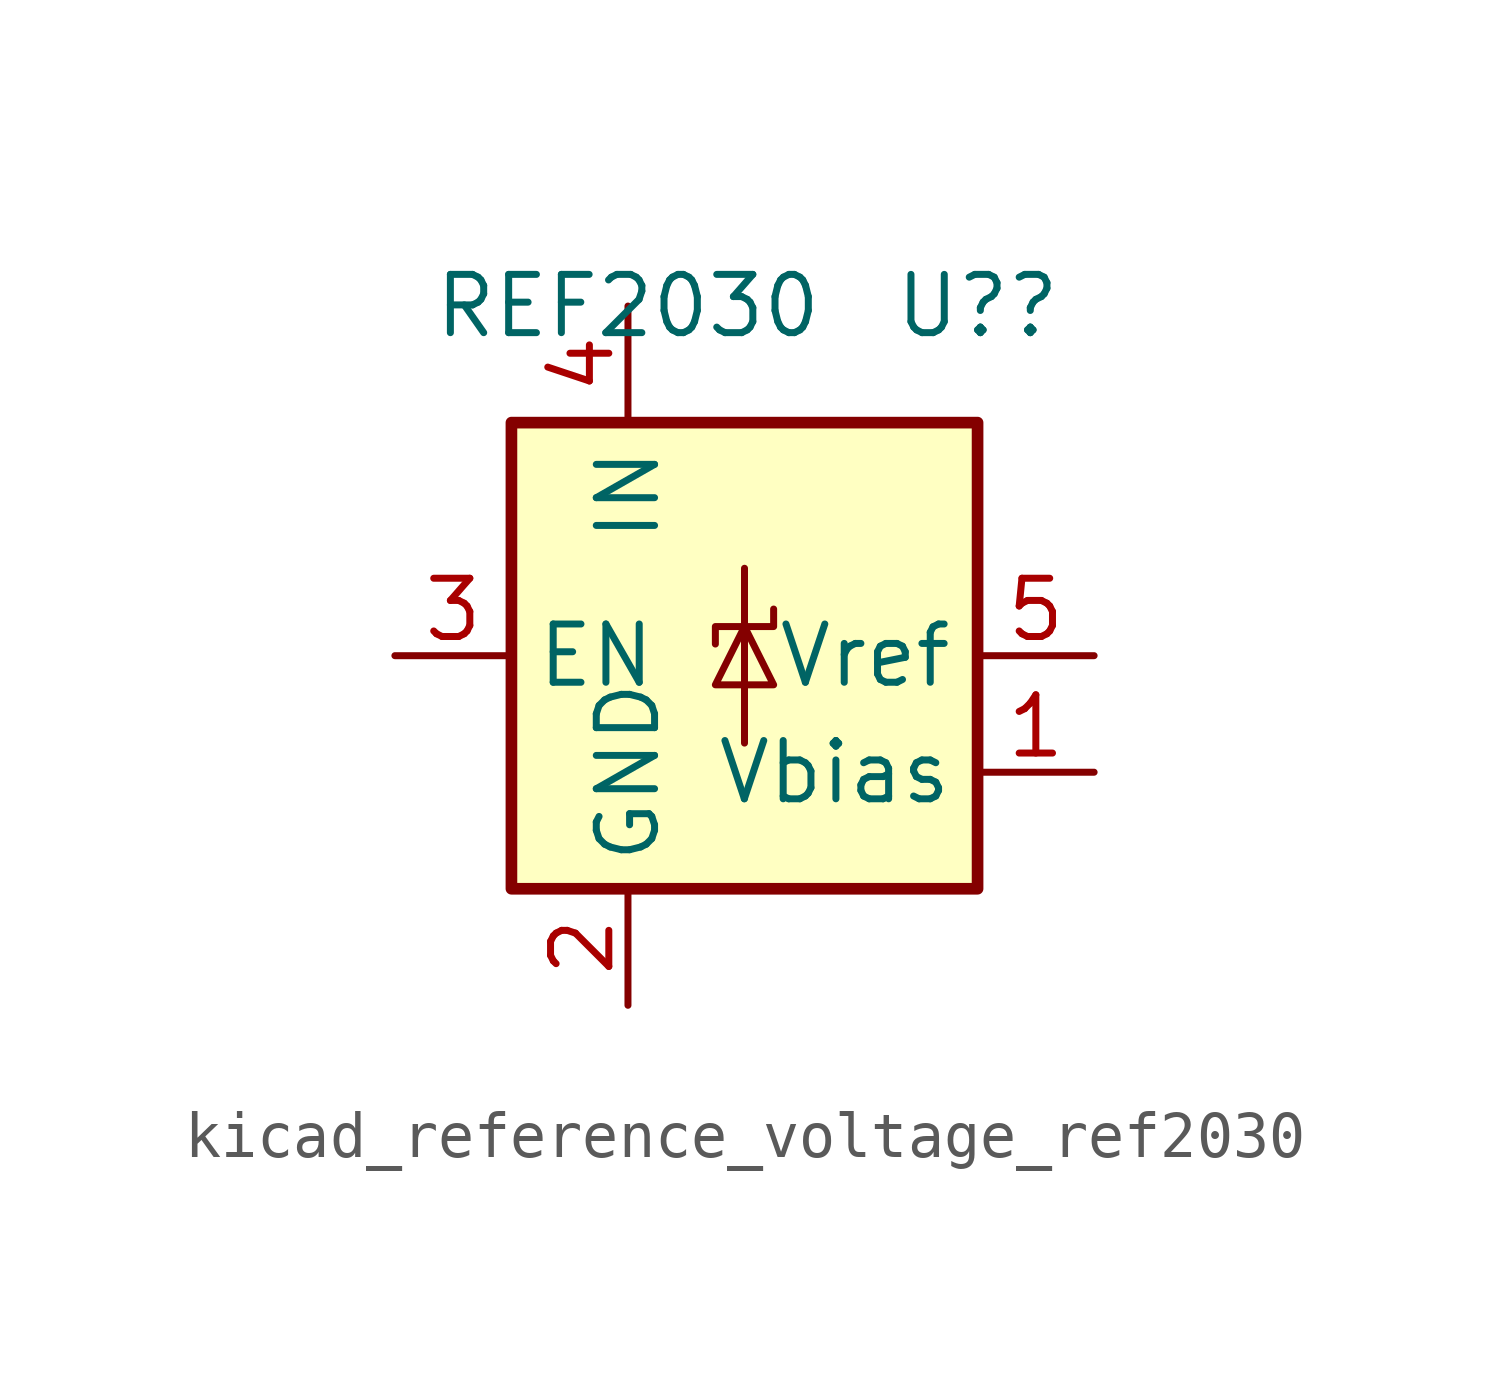
<source format=kicad_sym>
(kicad_symbol_lib
  (version 20220914)
  (generator kicad_symbol_editor)
  (symbol "kicad_reference_voltage_ref2030"
    (property "Reference" "U?"
      (at 5.08 7.62 0)
      (effects (font (size 1.27 1.27))))
    (property "Value" "REF2030"
      (at -2.54 7.62 0)
      (effects (font (size 1.27 1.27))))
    (symbol "kicad_reference_voltage_ref2030_0_1"
      (rectangle (start -5.08 5.08) (end 5.08 -5.08) (stroke (width 0.254) (type default)) (fill (type background)))
      (polyline (pts (xy 0 1.905) (xy 0 -1.905)) (stroke (width 0) (type default)) (fill (type none)))
      (polyline (pts (xy -0.635 -0.635) (xy 0.635 -0.635) (xy 0 0.635) (xy -0.635 -0.635)) (stroke (width 0) (type default)) (fill (type none)))
      (polyline (pts (xy 0.635 1.016) (xy 0.635 0.635) (xy -0.635 0.635) (xy -0.635 0.254)) (stroke (width 0) (type default)) (fill (type none))))
    (symbol "kicad_reference_voltage_ref2030_1_1"
      (pin output line (at 7.62 -2.54 180) (length 2.54) (name "Vbias" (effects (font (size 1.27 1.27)))) (number "1" (effects (font (size 1.27 1.27)))))
      (pin power_in line (at -2.54 -7.62 90) (length 2.54) (name "GND" (effects (font (size 1.27 1.27)))) (number "2" (effects (font (size 1.27 1.27)))))
      (pin input line (at -7.62 0 0) (length 2.54) (name "EN" (effects (font (size 1.27 1.27)))) (number "3" (effects (font (size 1.27 1.27)))))
      (pin power_in line (at -2.54 7.62 270) (length 2.54) (name "IN" (effects (font (size 1.27 1.27)))) (number "4" (effects (font (size 1.27 1.27)))))
      (pin output line (at 7.62 0 180) (length 2.54) (name "Vref" (effects (font (size 1.27 1.27)))) (number "5" (effects (font (size 1.27 1.27))))))))
</source>
